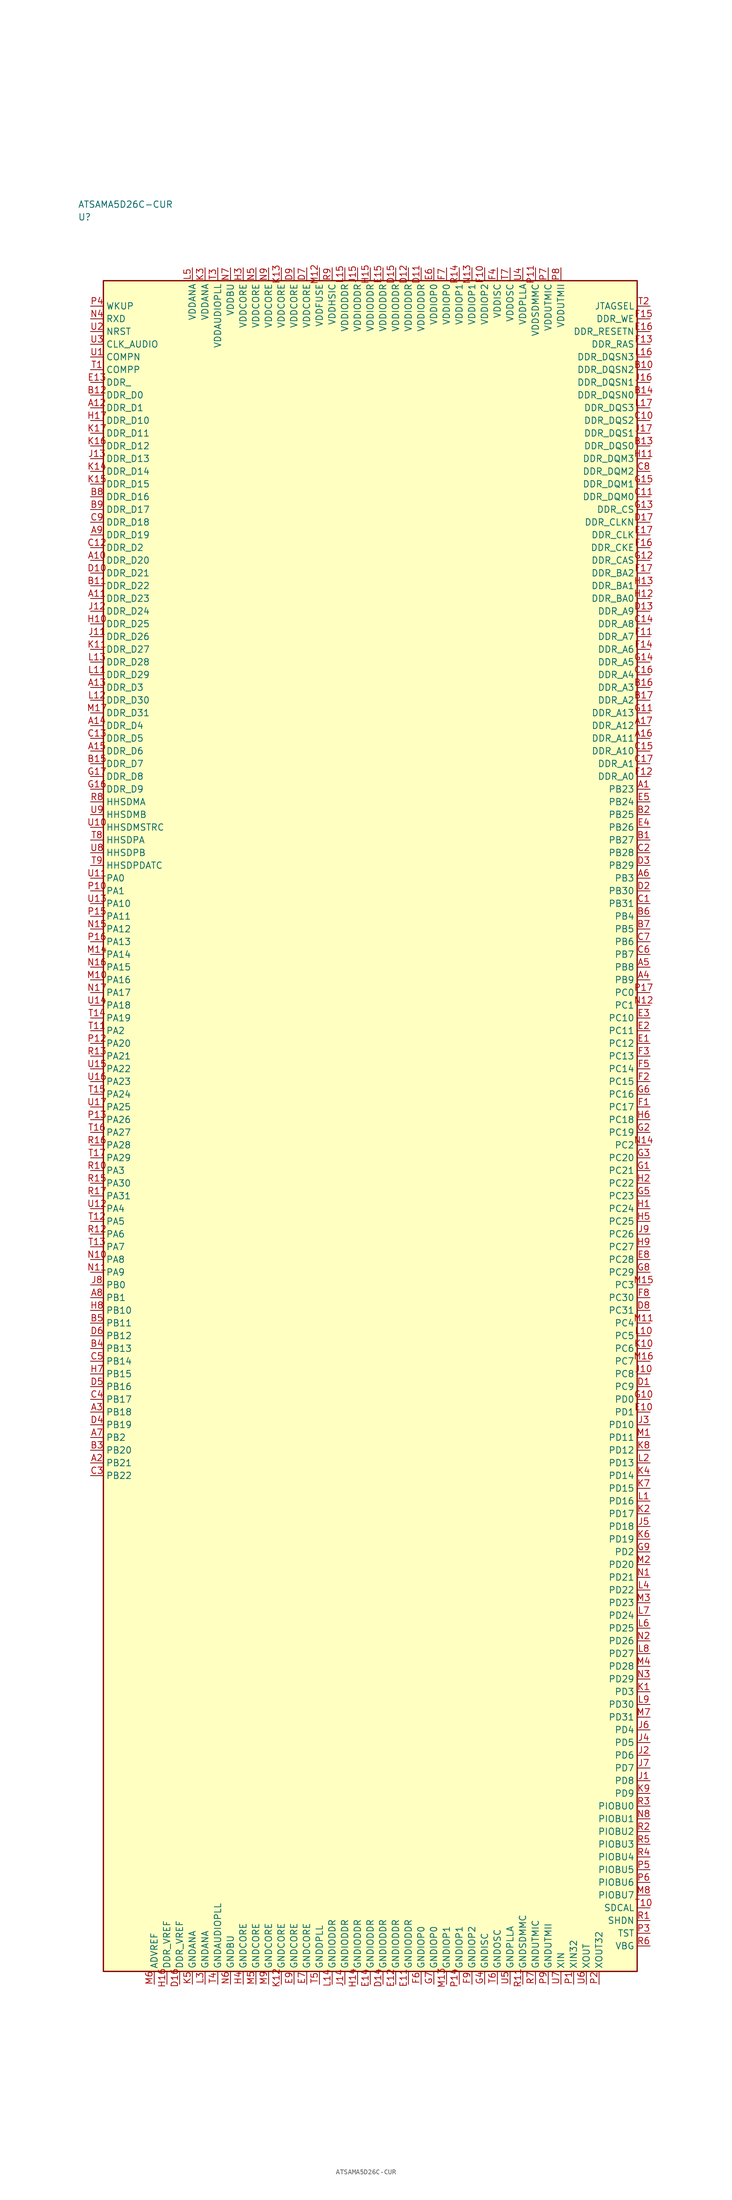
<source format=kicad_sym>
(kicad_symbol_lib
  (version 20241025)
  (generator "kicad_symbol_editor")
  (generator_version "8.0")
  (symbol "ATSAMA5D26C-CUR"
    (property "Reference" "U"
      (at -57.5 178.75 0)
      (effects (font (size 1.27 1.27)) (justify left)))
    (property "Value" "ATSAMA5D26C-CUR"
      (at -57.5 181.25 0)
      (effects (font (size 1.27 1.27)) (justify left)))
    (symbol "ATSAMA5D26C-CUR_0_1"
      (rectangle (start -52.5 166.25) (end 52.5 -166.25) (stroke (width 0.254) (type default)) (fill (type background))))
    (symbol "ATSAMA5D26C-CUR_1_1"
      (pin bidirectional line (at -55.04 48.75 0.0) (length 2.54) (name "PA0" (effects (font (size 1.27 1.27)))) (number "U11" (effects (font (size 1.27 1.27)))))
      (pin bidirectional line (at -55.04 46.25 0.0) (length 2.54) (name "PA1" (effects (font (size 1.27 1.27)))) (number "P10" (effects (font (size 1.27 1.27)))))
      (pin bidirectional line (at -55.04 18.75 0.0) (length 2.54) (name "PA2" (effects (font (size 1.27 1.27)))) (number "T11" (effects (font (size 1.27 1.27)))))
      (pin bidirectional line (at -55.04 -8.75 0.0) (length 2.54) (name "PA3" (effects (font (size 1.27 1.27)))) (number "R10" (effects (font (size 1.27 1.27)))))
      (pin bidirectional line (at -55.04 -16.25 0.0) (length 2.54) (name "PA4" (effects (font (size 1.27 1.27)))) (number "U12" (effects (font (size 1.27 1.27)))))
      (pin bidirectional line (at -55.04 -18.75 0.0) (length 2.54) (name "PA5" (effects (font (size 1.27 1.27)))) (number "T12" (effects (font (size 1.27 1.27)))))
      (pin bidirectional line (at -55.04 -21.25 0.0) (length 2.54) (name "PA6" (effects (font (size 1.27 1.27)))) (number "R12" (effects (font (size 1.27 1.27)))))
      (pin bidirectional line (at -55.04 -23.75 0.0) (length 2.54) (name "PA7" (effects (font (size 1.27 1.27)))) (number "T13" (effects (font (size 1.27 1.27)))))
      (pin bidirectional line (at -55.04 -26.25 0.0) (length 2.54) (name "PA8" (effects (font (size 1.27 1.27)))) (number "N10" (effects (font (size 1.27 1.27)))))
      (pin bidirectional line (at -55.04 -28.75 0.0) (length 2.54) (name "PA9" (effects (font (size 1.27 1.27)))) (number "N11" (effects (font (size 1.27 1.27)))))
      (pin bidirectional line (at -55.04 43.75 0.0) (length 2.54) (name "PA10" (effects (font (size 1.27 1.27)))) (number "U13" (effects (font (size 1.27 1.27)))))
      (pin bidirectional line (at -55.04 41.25 0.0) (length 2.54) (name "PA11" (effects (font (size 1.27 1.27)))) (number "P15" (effects (font (size 1.27 1.27)))))
      (pin bidirectional line (at -55.04 38.75 0.0) (length 2.54) (name "PA12" (effects (font (size 1.27 1.27)))) (number "N15" (effects (font (size 1.27 1.27)))))
      (pin bidirectional line (at -55.04 36.25 0.0) (length 2.54) (name "PA13" (effects (font (size 1.27 1.27)))) (number "P16" (effects (font (size 1.27 1.27)))))
      (pin bidirectional line (at -55.04 33.75 0.0) (length 2.54) (name "PA14" (effects (font (size 1.27 1.27)))) (number "M14" (effects (font (size 1.27 1.27)))))
      (pin bidirectional line (at -55.04 31.25 0.0) (length 2.54) (name "PA15" (effects (font (size 1.27 1.27)))) (number "N16" (effects (font (size 1.27 1.27)))))
      (pin bidirectional line (at -55.04 28.75 0.0) (length 2.54) (name "PA16" (effects (font (size 1.27 1.27)))) (number "M10" (effects (font (size 1.27 1.27)))))
      (pin bidirectional line (at -55.04 26.25 0.0) (length 2.54) (name "PA17" (effects (font (size 1.27 1.27)))) (number "N17" (effects (font (size 1.27 1.27)))))
      (pin bidirectional line (at -55.04 23.75 0.0) (length 2.54) (name "PA18" (effects (font (size 1.27 1.27)))) (number "U14" (effects (font (size 1.27 1.27)))))
      (pin bidirectional line (at -55.04 21.25 0.0) (length 2.54) (name "PA19" (effects (font (size 1.27 1.27)))) (number "T14" (effects (font (size 1.27 1.27)))))
      (pin bidirectional line (at -55.04 16.25 0.0) (length 2.54) (name "PA20" (effects (font (size 1.27 1.27)))) (number "P12" (effects (font (size 1.27 1.27)))))
      (pin bidirectional line (at -55.04 13.75 0.0) (length 2.54) (name "PA21" (effects (font (size 1.27 1.27)))) (number "R13" (effects (font (size 1.27 1.27)))))
      (pin bidirectional line (at -55.04 11.25 0.0) (length 2.54) (name "PA22" (effects (font (size 1.27 1.27)))) (number "U15" (effects (font (size 1.27 1.27)))))
      (pin bidirectional line (at -55.04 8.75 0.0) (length 2.54) (name "PA23" (effects (font (size 1.27 1.27)))) (number "U16" (effects (font (size 1.27 1.27)))))
      (pin bidirectional line (at -55.04 6.25 0.0) (length 2.54) (name "PA24" (effects (font (size 1.27 1.27)))) (number "T15" (effects (font (size 1.27 1.27)))))
      (pin bidirectional line (at -55.04 3.75 0.0) (length 2.54) (name "PA25" (effects (font (size 1.27 1.27)))) (number "U17" (effects (font (size 1.27 1.27)))))
      (pin bidirectional line (at -55.04 1.25 0.0) (length 2.54) (name "PA26" (effects (font (size 1.27 1.27)))) (number "P13" (effects (font (size 1.27 1.27)))))
      (pin bidirectional line (at -55.04 -1.25 0.0) (length 2.54) (name "PA27" (effects (font (size 1.27 1.27)))) (number "T16" (effects (font (size 1.27 1.27)))))
      (pin bidirectional line (at -55.04 -3.75 0.0) (length 2.54) (name "PA28" (effects (font (size 1.27 1.27)))) (number "R16" (effects (font (size 1.27 1.27)))))
      (pin bidirectional line (at -55.04 -6.25 0.0) (length 2.54) (name "PA29" (effects (font (size 1.27 1.27)))) (number "T17" (effects (font (size 1.27 1.27)))))
      (pin bidirectional line (at -55.04 -11.25 0.0) (length 2.54) (name "PA30" (effects (font (size 1.27 1.27)))) (number "R15" (effects (font (size 1.27 1.27)))))
      (pin bidirectional line (at -55.04 -13.75 0.0) (length 2.54) (name "PA31" (effects (font (size 1.27 1.27)))) (number "R17" (effects (font (size 1.27 1.27)))))
      (pin bidirectional line (at -55.04 -31.25 0.0) (length 2.54) (name "PB0" (effects (font (size 1.27 1.27)))) (number "J8" (effects (font (size 1.27 1.27)))))
      (pin bidirectional line (at -55.04 -33.75 0.0) (length 2.54) (name "PB1" (effects (font (size 1.27 1.27)))) (number "A8" (effects (font (size 1.27 1.27)))))
      (pin bidirectional line (at -55.04 -61.25 0.0) (length 2.54) (name "PB2" (effects (font (size 1.27 1.27)))) (number "A7" (effects (font (size 1.27 1.27)))))
      (pin bidirectional line (at 55.04 48.75 180.0) (length 2.54) (name "PB3" (effects (font (size 1.27 1.27)))) (number "A6" (effects (font (size 1.27 1.27)))))
      (pin bidirectional line (at 55.04 41.25 180.0) (length 2.54) (name "PB4" (effects (font (size 1.27 1.27)))) (number "B6" (effects (font (size 1.27 1.27)))))
      (pin bidirectional line (at 55.04 38.75 180.0) (length 2.54) (name "PB5" (effects (font (size 1.27 1.27)))) (number "B7" (effects (font (size 1.27 1.27)))))
      (pin bidirectional line (at 55.04 36.25 180.0) (length 2.54) (name "PB6" (effects (font (size 1.27 1.27)))) (number "C7" (effects (font (size 1.27 1.27)))))
      (pin bidirectional line (at 55.04 33.75 180.0) (length 2.54) (name "PB7" (effects (font (size 1.27 1.27)))) (number "C6" (effects (font (size 1.27 1.27)))))
      (pin bidirectional line (at 55.04 31.25 180.0) (length 2.54) (name "PB8" (effects (font (size 1.27 1.27)))) (number "A5" (effects (font (size 1.27 1.27)))))
      (pin bidirectional line (at 55.04 28.75 180.0) (length 2.54) (name "PB9" (effects (font (size 1.27 1.27)))) (number "A4" (effects (font (size 1.27 1.27)))))
      (pin bidirectional line (at -55.04 -36.25 0.0) (length 2.54) (name "PB10" (effects (font (size 1.27 1.27)))) (number "H8" (effects (font (size 1.27 1.27)))))
      (pin bidirectional line (at -55.04 -38.75 0.0) (length 2.54) (name "PB11" (effects (font (size 1.27 1.27)))) (number "B5" (effects (font (size 1.27 1.27)))))
      (pin bidirectional line (at -55.04 -41.25 0.0) (length 2.54) (name "PB12" (effects (font (size 1.27 1.27)))) (number "D6" (effects (font (size 1.27 1.27)))))
      (pin bidirectional line (at -55.04 -43.75 0.0) (length 2.54) (name "PB13" (effects (font (size 1.27 1.27)))) (number "B4" (effects (font (size 1.27 1.27)))))
      (pin bidirectional line (at -55.04 -46.25 0.0) (length 2.54) (name "PB14" (effects (font (size 1.27 1.27)))) (number "C5" (effects (font (size 1.27 1.27)))))
      (pin bidirectional line (at -55.04 -48.75 0.0) (length 2.54) (name "PB15" (effects (font (size 1.27 1.27)))) (number "H7" (effects (font (size 1.27 1.27)))))
      (pin bidirectional line (at -55.04 -51.25 0.0) (length 2.54) (name "PB16" (effects (font (size 1.27 1.27)))) (number "D5" (effects (font (size 1.27 1.27)))))
      (pin bidirectional line (at -55.04 -53.75 0.0) (length 2.54) (name "PB17" (effects (font (size 1.27 1.27)))) (number "C4" (effects (font (size 1.27 1.27)))))
      (pin bidirectional line (at -55.04 -56.25 0.0) (length 2.54) (name "PB18" (effects (font (size 1.27 1.27)))) (number "A3" (effects (font (size 1.27 1.27)))))
      (pin bidirectional line (at -55.04 -58.75 0.0) (length 2.54) (name "PB19" (effects (font (size 1.27 1.27)))) (number "D4" (effects (font (size 1.27 1.27)))))
      (pin bidirectional line (at -55.04 -63.75 0.0) (length 2.54) (name "PB20" (effects (font (size 1.27 1.27)))) (number "B3" (effects (font (size 1.27 1.27)))))
      (pin bidirectional line (at -55.04 -66.25 0.0) (length 2.54) (name "PB21" (effects (font (size 1.27 1.27)))) (number "A2" (effects (font (size 1.27 1.27)))))
      (pin bidirectional line (at -55.04 -68.75 0.0) (length 2.54) (name "PB22" (effects (font (size 1.27 1.27)))) (number "C3" (effects (font (size 1.27 1.27)))))
      (pin bidirectional line (at 55.04 66.25 180.0) (length 2.54) (name "PB23" (effects (font (size 1.27 1.27)))) (number "A1" (effects (font (size 1.27 1.27)))))
      (pin bidirectional line (at 55.04 63.75 180.0) (length 2.54) (name "PB24" (effects (font (size 1.27 1.27)))) (number "E5" (effects (font (size 1.27 1.27)))))
      (pin bidirectional line (at 55.04 61.25 180.0) (length 2.54) (name "PB25" (effects (font (size 1.27 1.27)))) (number "B2" (effects (font (size 1.27 1.27)))))
      (pin bidirectional line (at 55.04 58.75 180.0) (length 2.54) (name "PB26" (effects (font (size 1.27 1.27)))) (number "E4" (effects (font (size 1.27 1.27)))))
      (pin bidirectional line (at 55.04 56.25 180.0) (length 2.54) (name "PB27" (effects (font (size 1.27 1.27)))) (number "B1" (effects (font (size 1.27 1.27)))))
      (pin bidirectional line (at 55.04 53.75 180.0) (length 2.54) (name "PB28" (effects (font (size 1.27 1.27)))) (number "C2" (effects (font (size 1.27 1.27)))))
      (pin bidirectional line (at 55.04 51.25 180.0) (length 2.54) (name "PB29" (effects (font (size 1.27 1.27)))) (number "D3" (effects (font (size 1.27 1.27)))))
      (pin bidirectional line (at 55.04 46.25 180.0) (length 2.54) (name "PB30" (effects (font (size 1.27 1.27)))) (number "D2" (effects (font (size 1.27 1.27)))))
      (pin bidirectional line (at 55.04 43.75 180.0) (length 2.54) (name "PB31" (effects (font (size 1.27 1.27)))) (number "C1" (effects (font (size 1.27 1.27)))))
      (pin bidirectional line (at 55.04 26.25 180.0) (length 2.54) (name "PC0" (effects (font (size 1.27 1.27)))) (number "P17" (effects (font (size 1.27 1.27)))))
      (pin bidirectional line (at 55.04 23.75 180.0) (length 2.54) (name "PC1" (effects (font (size 1.27 1.27)))) (number "N12" (effects (font (size 1.27 1.27)))))
      (pin bidirectional line (at 55.04 -3.75 180.0) (length 2.54) (name "PC2" (effects (font (size 1.27 1.27)))) (number "N14" (effects (font (size 1.27 1.27)))))
      (pin bidirectional line (at 55.04 -31.25 180.0) (length 2.54) (name "PC3" (effects (font (size 1.27 1.27)))) (number "M15" (effects (font (size 1.27 1.27)))))
      (pin bidirectional line (at 55.04 -38.75 180.0) (length 2.54) (name "PC4" (effects (font (size 1.27 1.27)))) (number "M11" (effects (font (size 1.27 1.27)))))
      (pin bidirectional line (at 55.04 -41.25 180.0) (length 2.54) (name "PC5" (effects (font (size 1.27 1.27)))) (number "L10" (effects (font (size 1.27 1.27)))))
      (pin bidirectional line (at 55.04 -43.75 180.0) (length 2.54) (name "PC6" (effects (font (size 1.27 1.27)))) (number "K10" (effects (font (size 1.27 1.27)))))
      (pin bidirectional line (at 55.04 -46.25 180.0) (length 2.54) (name "PC7" (effects (font (size 1.27 1.27)))) (number "M16" (effects (font (size 1.27 1.27)))))
      (pin bidirectional line (at 55.04 -48.75 180.0) (length 2.54) (name "PC8" (effects (font (size 1.27 1.27)))) (number "J10" (effects (font (size 1.27 1.27)))))
      (pin bidirectional line (at 55.04 -51.25 180.0) (length 2.54) (name "PC9" (effects (font (size 1.27 1.27)))) (number "D1" (effects (font (size 1.27 1.27)))))
      (pin bidirectional line (at 55.04 21.25 180.0) (length 2.54) (name "PC10" (effects (font (size 1.27 1.27)))) (number "E3" (effects (font (size 1.27 1.27)))))
      (pin bidirectional line (at 55.04 18.75 180.0) (length 2.54) (name "PC11" (effects (font (size 1.27 1.27)))) (number "E2" (effects (font (size 1.27 1.27)))))
      (pin bidirectional line (at 55.04 16.25 180.0) (length 2.54) (name "PC12" (effects (font (size 1.27 1.27)))) (number "E1" (effects (font (size 1.27 1.27)))))
      (pin bidirectional line (at 55.04 13.75 180.0) (length 2.54) (name "PC13" (effects (font (size 1.27 1.27)))) (number "F3" (effects (font (size 1.27 1.27)))))
      (pin bidirectional line (at 55.04 11.25 180.0) (length 2.54) (name "PC14" (effects (font (size 1.27 1.27)))) (number "F5" (effects (font (size 1.27 1.27)))))
      (pin bidirectional line (at 55.04 8.75 180.0) (length 2.54) (name "PC15" (effects (font (size 1.27 1.27)))) (number "F2" (effects (font (size 1.27 1.27)))))
      (pin bidirectional line (at 55.04 6.25 180.0) (length 2.54) (name "PC16" (effects (font (size 1.27 1.27)))) (number "G6" (effects (font (size 1.27 1.27)))))
      (pin bidirectional line (at 55.04 3.75 180.0) (length 2.54) (name "PC17" (effects (font (size 1.27 1.27)))) (number "F1" (effects (font (size 1.27 1.27)))))
      (pin bidirectional line (at 55.04 1.25 180.0) (length 2.54) (name "PC18" (effects (font (size 1.27 1.27)))) (number "H6" (effects (font (size 1.27 1.27)))))
      (pin bidirectional line (at 55.04 -1.25 180.0) (length 2.54) (name "PC19" (effects (font (size 1.27 1.27)))) (number "G2" (effects (font (size 1.27 1.27)))))
      (pin bidirectional line (at 55.04 -6.25 180.0) (length 2.54) (name "PC20" (effects (font (size 1.27 1.27)))) (number "G3" (effects (font (size 1.27 1.27)))))
      (pin bidirectional line (at 55.04 -8.75 180.0) (length 2.54) (name "PC21" (effects (font (size 1.27 1.27)))) (number "G1" (effects (font (size 1.27 1.27)))))
      (pin bidirectional line (at 55.04 -11.25 180.0) (length 2.54) (name "PC22" (effects (font (size 1.27 1.27)))) (number "H2" (effects (font (size 1.27 1.27)))))
      (pin bidirectional line (at 55.04 -13.75 180.0) (length 2.54) (name "PC23" (effects (font (size 1.27 1.27)))) (number "G5" (effects (font (size 1.27 1.27)))))
      (pin bidirectional line (at 55.04 -16.25 180.0) (length 2.54) (name "PC24" (effects (font (size 1.27 1.27)))) (number "H1" (effects (font (size 1.27 1.27)))))
      (pin bidirectional line (at 55.04 -18.75 180.0) (length 2.54) (name "PC25" (effects (font (size 1.27 1.27)))) (number "H5" (effects (font (size 1.27 1.27)))))
      (pin bidirectional line (at 55.04 -21.25 180.0) (length 2.54) (name "PC26" (effects (font (size 1.27 1.27)))) (number "J9" (effects (font (size 1.27 1.27)))))
      (pin bidirectional line (at 55.04 -23.75 180.0) (length 2.54) (name "PC27" (effects (font (size 1.27 1.27)))) (number "H9" (effects (font (size 1.27 1.27)))))
      (pin bidirectional line (at 55.04 -26.25 180.0) (length 2.54) (name "PC28" (effects (font (size 1.27 1.27)))) (number "E8" (effects (font (size 1.27 1.27)))))
      (pin bidirectional line (at 55.04 -28.75 180.0) (length 2.54) (name "PC29" (effects (font (size 1.27 1.27)))) (number "G8" (effects (font (size 1.27 1.27)))))
      (pin bidirectional line (at 55.04 -33.75 180.0) (length 2.54) (name "PC30" (effects (font (size 1.27 1.27)))) (number "F8" (effects (font (size 1.27 1.27)))))
      (pin bidirectional line (at 55.04 -36.25 180.0) (length 2.54) (name "PC31" (effects (font (size 1.27 1.27)))) (number "D8" (effects (font (size 1.27 1.27)))))
      (pin bidirectional line (at 55.04 -53.75 180.0) (length 2.54) (name "PD0" (effects (font (size 1.27 1.27)))) (number "G10" (effects (font (size 1.27 1.27)))))
      (pin bidirectional line (at 55.04 -56.25 180.0) (length 2.54) (name "PD1" (effects (font (size 1.27 1.27)))) (number "E10" (effects (font (size 1.27 1.27)))))
      (pin bidirectional line (at 55.04 -83.75 180.0) (length 2.54) (name "PD2" (effects (font (size 1.27 1.27)))) (number "G9" (effects (font (size 1.27 1.27)))))
      (pin bidirectional line (at 55.04 -111.25 180.0) (length 2.54) (name "PD3" (effects (font (size 1.27 1.27)))) (number "K1" (effects (font (size 1.27 1.27)))))
      (pin bidirectional line (at 55.04 -118.75 180.0) (length 2.54) (name "PD4" (effects (font (size 1.27 1.27)))) (number "J6" (effects (font (size 1.27 1.27)))))
      (pin bidirectional line (at 55.04 -121.25 180.0) (length 2.54) (name "PD5" (effects (font (size 1.27 1.27)))) (number "J4" (effects (font (size 1.27 1.27)))))
      (pin bidirectional line (at 55.04 -123.75 180.0) (length 2.54) (name "PD6" (effects (font (size 1.27 1.27)))) (number "J2" (effects (font (size 1.27 1.27)))))
      (pin bidirectional line (at 55.04 -126.25 180.0) (length 2.54) (name "PD7" (effects (font (size 1.27 1.27)))) (number "J7" (effects (font (size 1.27 1.27)))))
      (pin bidirectional line (at 55.04 -128.75 180.0) (length 2.54) (name "PD8" (effects (font (size 1.27 1.27)))) (number "J1" (effects (font (size 1.27 1.27)))))
      (pin bidirectional line (at 55.04 -131.25 180.0) (length 2.54) (name "PD9" (effects (font (size 1.27 1.27)))) (number "K9" (effects (font (size 1.27 1.27)))))
      (pin bidirectional line (at 55.04 -58.75 180.0) (length 2.54) (name "PD10" (effects (font (size 1.27 1.27)))) (number "J3" (effects (font (size 1.27 1.27)))))
      (pin bidirectional line (at 55.04 -61.25 180.0) (length 2.54) (name "PD11" (effects (font (size 1.27 1.27)))) (number "M1" (effects (font (size 1.27 1.27)))))
      (pin bidirectional line (at 55.04 -63.75 180.0) (length 2.54) (name "PD12" (effects (font (size 1.27 1.27)))) (number "K8" (effects (font (size 1.27 1.27)))))
      (pin bidirectional line (at 55.04 -66.25 180.0) (length 2.54) (name "PD13" (effects (font (size 1.27 1.27)))) (number "L2" (effects (font (size 1.27 1.27)))))
      (pin bidirectional line (at 55.04 -68.75 180.0) (length 2.54) (name "PD14" (effects (font (size 1.27 1.27)))) (number "K4" (effects (font (size 1.27 1.27)))))
      (pin bidirectional line (at 55.04 -71.25 180.0) (length 2.54) (name "PD15" (effects (font (size 1.27 1.27)))) (number "K7" (effects (font (size 1.27 1.27)))))
      (pin bidirectional line (at 55.04 -73.75 180.0) (length 2.54) (name "PD16" (effects (font (size 1.27 1.27)))) (number "L1" (effects (font (size 1.27 1.27)))))
      (pin bidirectional line (at 55.04 -76.25 180.0) (length 2.54) (name "PD17" (effects (font (size 1.27 1.27)))) (number "K2" (effects (font (size 1.27 1.27)))))
      (pin bidirectional line (at 55.04 -78.75 180.0) (length 2.54) (name "PD18" (effects (font (size 1.27 1.27)))) (number "J5" (effects (font (size 1.27 1.27)))))
      (pin bidirectional line (at 55.04 -81.25 180.0) (length 2.54) (name "PD19" (effects (font (size 1.27 1.27)))) (number "K6" (effects (font (size 1.27 1.27)))))
      (pin bidirectional line (at 55.04 -86.25 180.0) (length 2.54) (name "PD20" (effects (font (size 1.27 1.27)))) (number "M2" (effects (font (size 1.27 1.27)))))
      (pin bidirectional line (at 55.04 -88.75 180.0) (length 2.54) (name "PD21" (effects (font (size 1.27 1.27)))) (number "N1" (effects (font (size 1.27 1.27)))))
      (pin bidirectional line (at 55.04 -91.25 180.0) (length 2.54) (name "PD22" (effects (font (size 1.27 1.27)))) (number "L4" (effects (font (size 1.27 1.27)))))
      (pin bidirectional line (at 55.04 -93.75 180.0) (length 2.54) (name "PD23" (effects (font (size 1.27 1.27)))) (number "M3" (effects (font (size 1.27 1.27)))))
      (pin bidirectional line (at 55.04 -96.25 180.0) (length 2.54) (name "PD24" (effects (font (size 1.27 1.27)))) (number "L7" (effects (font (size 1.27 1.27)))))
      (pin bidirectional line (at 55.04 -98.75 180.0) (length 2.54) (name "PD25" (effects (font (size 1.27 1.27)))) (number "L6" (effects (font (size 1.27 1.27)))))
      (pin bidirectional line (at 55.04 -101.25 180.0) (length 2.54) (name "PD26" (effects (font (size 1.27 1.27)))) (number "N2" (effects (font (size 1.27 1.27)))))
      (pin bidirectional line (at 55.04 -103.75 180.0) (length 2.54) (name "PD27" (effects (font (size 1.27 1.27)))) (number "L8" (effects (font (size 1.27 1.27)))))
      (pin bidirectional line (at 55.04 -106.25 180.0) (length 2.54) (name "PD28" (effects (font (size 1.27 1.27)))) (number "M4" (effects (font (size 1.27 1.27)))))
      (pin bidirectional line (at 55.04 -108.75 180.0) (length 2.54) (name "PD29" (effects (font (size 1.27 1.27)))) (number "N3" (effects (font (size 1.27 1.27)))))
      (pin bidirectional line (at 55.04 -113.75 180.0) (length 2.54) (name "PD30" (effects (font (size 1.27 1.27)))) (number "L9" (effects (font (size 1.27 1.27)))))
      (pin bidirectional line (at 55.04 -116.25 180.0) (length 2.54) (name "PD31" (effects (font (size 1.27 1.27)))) (number "M7" (effects (font (size 1.27 1.27)))))
      (pin power_in line (at -35.0 168.79 270.0) (length 2.54) (name "VDDANA" (effects (font (size 1.27 1.27)))) (number "L5" (effects (font (size 1.27 1.27)))))
      (pin passive line (at -35.0 -168.79 90.0) (length 2.54) (name "GNDANA" (effects (font (size 1.27 1.27)))) (number "K5" (effects (font (size 1.27 1.27)))))
      (pin passive line (at -42.5 -168.79 90.0) (length 2.54) (name "ADVREF" (effects (font (size 1.27 1.27)))) (number "M6" (effects (font (size 1.27 1.27)))))
      (pin power_in line (at -32.5 168.79 270.0) (length 2.54) (name "VDDANA" (effects (font (size 1.27 1.27)))) (number "K3" (effects (font (size 1.27 1.27)))))
      (pin passive line (at -32.5 -168.79 90.0) (length 2.54) (name "GNDANA" (effects (font (size 1.27 1.27)))) (number "L3" (effects (font (size 1.27 1.27)))))
      (pin passive line (at -40.0 -168.79 90.0) (length 2.54) (name "DDR_VREF" (effects (font (size 1.27 1.27)))) (number "H16" (effects (font (size 1.27 1.27)))))
      (pin passive line (at -37.5 -168.79 90.0) (length 2.54) (name "DDR_VREF" (effects (font (size 1.27 1.27)))) (number "D16" (effects (font (size 1.27 1.27)))))
      (pin bidirectional line (at -55.04 143.75 0.0) (length 2.54) (name "DDR_D0" (effects (font (size 1.27 1.27)))) (number "B12" (effects (font (size 1.27 1.27)))))
      (pin bidirectional line (at -55.04 141.25 0.0) (length 2.54) (name "DDR_D1" (effects (font (size 1.27 1.27)))) (number "A12" (effects (font (size 1.27 1.27)))))
      (pin bidirectional line (at -55.04 113.75 0.0) (length 2.54) (name "DDR_D2" (effects (font (size 1.27 1.27)))) (number "C12" (effects (font (size 1.27 1.27)))))
      (pin bidirectional line (at -55.04 86.25 0.0) (length 2.54) (name "DDR_D3" (effects (font (size 1.27 1.27)))) (number "A13" (effects (font (size 1.27 1.27)))))
      (pin bidirectional line (at -55.04 78.75 0.0) (length 2.54) (name "DDR_D4" (effects (font (size 1.27 1.27)))) (number "A14" (effects (font (size 1.27 1.27)))))
      (pin bidirectional line (at -55.04 76.25 0.0) (length 2.54) (name "DDR_D5" (effects (font (size 1.27 1.27)))) (number "C13" (effects (font (size 1.27 1.27)))))
      (pin bidirectional line (at -55.04 73.75 0.0) (length 2.54) (name "DDR_D6" (effects (font (size 1.27 1.27)))) (number "A15" (effects (font (size 1.27 1.27)))))
      (pin bidirectional line (at -55.04 71.25 0.0) (length 2.54) (name "DDR_D7" (effects (font (size 1.27 1.27)))) (number "B15" (effects (font (size 1.27 1.27)))))
      (pin bidirectional line (at -55.04 68.75 0.0) (length 2.54) (name "DDR_D8" (effects (font (size 1.27 1.27)))) (number "G17" (effects (font (size 1.27 1.27)))))
      (pin bidirectional line (at -55.04 66.25 0.0) (length 2.54) (name "DDR_D9" (effects (font (size 1.27 1.27)))) (number "G16" (effects (font (size 1.27 1.27)))))
      (pin bidirectional line (at -55.04 138.75 0.0) (length 2.54) (name "DDR_D10" (effects (font (size 1.27 1.27)))) (number "H17" (effects (font (size 1.27 1.27)))))
      (pin bidirectional line (at -55.04 136.25 0.0) (length 2.54) (name "DDR_D11" (effects (font (size 1.27 1.27)))) (number "K17" (effects (font (size 1.27 1.27)))))
      (pin bidirectional line (at -55.04 133.75 0.0) (length 2.54) (name "DDR_D12" (effects (font (size 1.27 1.27)))) (number "K16" (effects (font (size 1.27 1.27)))))
      (pin bidirectional line (at -55.04 131.25 0.0) (length 2.54) (name "DDR_D13" (effects (font (size 1.27 1.27)))) (number "J13" (effects (font (size 1.27 1.27)))))
      (pin bidirectional line (at -55.04 128.75 0.0) (length 2.54) (name "DDR_D14" (effects (font (size 1.27 1.27)))) (number "K14" (effects (font (size 1.27 1.27)))))
      (pin bidirectional line (at -55.04 126.25 0.0) (length 2.54) (name "DDR_D15" (effects (font (size 1.27 1.27)))) (number "K15" (effects (font (size 1.27 1.27)))))
      (pin bidirectional line (at -55.04 123.75 0.0) (length 2.54) (name "DDR_D16" (effects (font (size 1.27 1.27)))) (number "B8" (effects (font (size 1.27 1.27)))))
      (pin bidirectional line (at -55.04 121.25 0.0) (length 2.54) (name "DDR_D17" (effects (font (size 1.27 1.27)))) (number "B9" (effects (font (size 1.27 1.27)))))
      (pin bidirectional line (at -55.04 118.75 0.0) (length 2.54) (name "DDR_D18" (effects (font (size 1.27 1.27)))) (number "C9" (effects (font (size 1.27 1.27)))))
      (pin bidirectional line (at -55.04 116.25 0.0) (length 2.54) (name "DDR_D19" (effects (font (size 1.27 1.27)))) (number "A9" (effects (font (size 1.27 1.27)))))
      (pin bidirectional line (at -55.04 111.25 0.0) (length 2.54) (name "DDR_D20" (effects (font (size 1.27 1.27)))) (number "A10" (effects (font (size 1.27 1.27)))))
      (pin bidirectional line (at -55.04 108.75 0.0) (length 2.54) (name "DDR_D21" (effects (font (size 1.27 1.27)))) (number "D10" (effects (font (size 1.27 1.27)))))
      (pin bidirectional line (at -55.04 106.25 0.0) (length 2.54) (name "DDR_D22" (effects (font (size 1.27 1.27)))) (number "B11" (effects (font (size 1.27 1.27)))))
      (pin bidirectional line (at -55.04 103.75 0.0) (length 2.54) (name "DDR_D23" (effects (font (size 1.27 1.27)))) (number "A11" (effects (font (size 1.27 1.27)))))
      (pin bidirectional line (at -55.04 101.25 0.0) (length 2.54) (name "DDR_D24" (effects (font (size 1.27 1.27)))) (number "J12" (effects (font (size 1.27 1.27)))))
      (pin bidirectional line (at -55.04 98.75 0.0) (length 2.54) (name "DDR_D25" (effects (font (size 1.27 1.27)))) (number "H10" (effects (font (size 1.27 1.27)))))
      (pin bidirectional line (at -55.04 96.25 0.0) (length 2.54) (name "DDR_D26" (effects (font (size 1.27 1.27)))) (number "J11" (effects (font (size 1.27 1.27)))))
      (pin bidirectional line (at -55.04 93.75 0.0) (length 2.54) (name "DDR_D27" (effects (font (size 1.27 1.27)))) (number "K11" (effects (font (size 1.27 1.27)))))
      (pin bidirectional line (at -55.04 91.25 0.0) (length 2.54) (name "DDR_D28" (effects (font (size 1.27 1.27)))) (number "L13" (effects (font (size 1.27 1.27)))))
      (pin bidirectional line (at -55.04 88.75 0.0) (length 2.54) (name "DDR_D29" (effects (font (size 1.27 1.27)))) (number "L11" (effects (font (size 1.27 1.27)))))
      (pin bidirectional line (at -55.04 83.75 0.0) (length 2.54) (name "DDR_D30" (effects (font (size 1.27 1.27)))) (number "L12" (effects (font (size 1.27 1.27)))))
      (pin bidirectional line (at -55.04 81.25 0.0) (length 2.54) (name "DDR_D31" (effects (font (size 1.27 1.27)))) (number "M17" (effects (font (size 1.27 1.27)))))
      (pin output line (at 55.04 68.75 180.0) (length 2.54) (name "DDR_A0" (effects (font (size 1.27 1.27)))) (number "F12" (effects (font (size 1.27 1.27)))))
      (pin output line (at 55.04 71.25 180.0) (length 2.54) (name "DDR_A1" (effects (font (size 1.27 1.27)))) (number "C17" (effects (font (size 1.27 1.27)))))
      (pin output line (at 55.04 83.75 180.0) (length 2.54) (name "DDR_A2" (effects (font (size 1.27 1.27)))) (number "B17" (effects (font (size 1.27 1.27)))))
      (pin output line (at 55.04 86.25 180.0) (length 2.54) (name "DDR_A3" (effects (font (size 1.27 1.27)))) (number "B16" (effects (font (size 1.27 1.27)))))
      (pin output line (at 55.04 88.75 180.0) (length 2.54) (name "DDR_A4" (effects (font (size 1.27 1.27)))) (number "C16" (effects (font (size 1.27 1.27)))))
      (pin output line (at 55.04 91.25 180.0) (length 2.54) (name "DDR_A5" (effects (font (size 1.27 1.27)))) (number "G14" (effects (font (size 1.27 1.27)))))
      (pin output line (at 55.04 93.75 180.0) (length 2.54) (name "DDR_A6" (effects (font (size 1.27 1.27)))) (number "F14" (effects (font (size 1.27 1.27)))))
      (pin output line (at 55.04 96.25 180.0) (length 2.54) (name "DDR_A7" (effects (font (size 1.27 1.27)))) (number "F11" (effects (font (size 1.27 1.27)))))
      (pin output line (at 55.04 98.75 180.0) (length 2.54) (name "DDR_A8" (effects (font (size 1.27 1.27)))) (number "C14" (effects (font (size 1.27 1.27)))))
      (pin output line (at 55.04 101.25 180.0) (length 2.54) (name "DDR_A9" (effects (font (size 1.27 1.27)))) (number "D13" (effects (font (size 1.27 1.27)))))
      (pin output line (at 55.04 73.75 180.0) (length 2.54) (name "DDR_A10" (effects (font (size 1.27 1.27)))) (number "C15" (effects (font (size 1.27 1.27)))))
      (pin output line (at 55.04 76.25 180.0) (length 2.54) (name "DDR_A11" (effects (font (size 1.27 1.27)))) (number "A16" (effects (font (size 1.27 1.27)))))
      (pin output line (at 55.04 78.75 180.0) (length 2.54) (name "DDR_A12" (effects (font (size 1.27 1.27)))) (number "A17" (effects (font (size 1.27 1.27)))))
      (pin output line (at 55.04 81.25 180.0) (length 2.54) (name "DDR_A13" (effects (font (size 1.27 1.27)))) (number "G11" (effects (font (size 1.27 1.27)))))
      (pin output line (at 55.04 116.25 180.0) (length 2.54) (name "DDR_CLK" (effects (font (size 1.27 1.27)))) (number "E17" (effects (font (size 1.27 1.27)))))
      (pin output line (at 55.04 118.75 180.0) (length 2.54) (name "DDR_CLKN" (effects (font (size 1.27 1.27)))) (number "D17" (effects (font (size 1.27 1.27)))))
      (pin output line (at 55.04 113.75 180.0) (length 2.54) (name "DDR_CKE" (effects (font (size 1.27 1.27)))) (number "F16" (effects (font (size 1.27 1.27)))))
      (pin output line (at 55.04 156.25 180.0) (length 2.54) (name "DDR_RESETN" (effects (font (size 1.27 1.27)))) (number "E16" (effects (font (size 1.27 1.27)))))
      (pin output line (at 55.04 121.25 180.0) (length 2.54) (name "DDR_CS" (effects (font (size 1.27 1.27)))) (number "G13" (effects (font (size 1.27 1.27)))))
      (pin output line (at 55.04 158.75 180.0) (length 2.54) (name "DDR_WE" (effects (font (size 1.27 1.27)))) (number "F15" (effects (font (size 1.27 1.27)))))
      (pin output line (at 55.04 153.75 180.0) (length 2.54) (name "DDR_RAS" (effects (font (size 1.27 1.27)))) (number "F13" (effects (font (size 1.27 1.27)))))
      (pin output line (at 55.04 111.25 180.0) (length 2.54) (name "DDR_CAS" (effects (font (size 1.27 1.27)))) (number "G12" (effects (font (size 1.27 1.27)))))
      (pin output line (at 55.04 123.75 180.0) (length 2.54) (name "DDR_DQM0" (effects (font (size 1.27 1.27)))) (number "C11" (effects (font (size 1.27 1.27)))))
      (pin output line (at 55.04 126.25 180.0) (length 2.54) (name "DDR_DQM1" (effects (font (size 1.27 1.27)))) (number "G15" (effects (font (size 1.27 1.27)))))
      (pin output line (at 55.04 128.75 180.0) (length 2.54) (name "DDR_DQM2" (effects (font (size 1.27 1.27)))) (number "C8" (effects (font (size 1.27 1.27)))))
      (pin output line (at 55.04 131.25 180.0) (length 2.54) (name "DDR_DQM3" (effects (font (size 1.27 1.27)))) (number "H11" (effects (font (size 1.27 1.27)))))
      (pin output line (at 55.04 133.75 180.0) (length 2.54) (name "DDR_DQS0" (effects (font (size 1.27 1.27)))) (number "B13" (effects (font (size 1.27 1.27)))))
      (pin output line (at 55.04 136.25 180.0) (length 2.54) (name "DDR_DQS1" (effects (font (size 1.27 1.27)))) (number "J17" (effects (font (size 1.27 1.27)))))
      (pin output line (at 55.04 138.75 180.0) (length 2.54) (name "DDR_DQS2" (effects (font (size 1.27 1.27)))) (number "C10" (effects (font (size 1.27 1.27)))))
      (pin output line (at 55.04 141.25 180.0) (length 2.54) (name "DDR_DQS3" (effects (font (size 1.27 1.27)))) (number "L17" (effects (font (size 1.27 1.27)))))
      (pin output line (at 55.04 143.75 180.0) (length 2.54) (name "DDR_DQSN0" (effects (font (size 1.27 1.27)))) (number "B14" (effects (font (size 1.27 1.27)))))
      (pin output line (at 55.04 146.25 180.0) (length 2.54) (name "DDR_DQSN1" (effects (font (size 1.27 1.27)))) (number "J16" (effects (font (size 1.27 1.27)))))
      (pin output line (at 55.04 148.75 180.0) (length 2.54) (name "DDR_DQSN2" (effects (font (size 1.27 1.27)))) (number "B10" (effects (font (size 1.27 1.27)))))
      (pin output line (at 55.04 151.25 180.0) (length 2.54) (name "DDR_DQSN3" (effects (font (size 1.27 1.27)))) (number "L16" (effects (font (size 1.27 1.27)))))
      (pin output line (at 55.04 103.75 180.0) (length 2.54) (name "DDR_BA0" (effects (font (size 1.27 1.27)))) (number "H12" (effects (font (size 1.27 1.27)))))
      (pin output line (at 55.04 106.25 180.0) (length 2.54) (name "DDR_BA1" (effects (font (size 1.27 1.27)))) (number "H13" (effects (font (size 1.27 1.27)))))
      (pin output line (at 55.04 108.75 180.0) (length 2.54) (name "DDR_BA2" (effects (font (size 1.27 1.27)))) (number "F17" (effects (font (size 1.27 1.27)))))
      (pin bidirectional line (at -55.04 146.25 0.0) (length 2.54) (name "DDR_" (effects (font (size 1.27 1.27)))) (number "E13" (effects (font (size 1.27 1.27)))))
      (pin power_in line (at -5.0 168.79 270.0) (length 2.54) (name "VDDIODDR" (effects (font (size 1.27 1.27)))) (number "L15" (effects (font (size 1.27 1.27)))))
      (pin power_in line (at -2.5 168.79 270.0) (length 2.54) (name "VDDIODDR" (effects (font (size 1.27 1.27)))) (number "J15" (effects (font (size 1.27 1.27)))))
      (pin power_in line (at 0.0 168.79 270.0) (length 2.54) (name "VDDIODDR" (effects (font (size 1.27 1.27)))) (number "H15" (effects (font (size 1.27 1.27)))))
      (pin power_in line (at 2.5 168.79 270.0) (length 2.54) (name "VDDIODDR" (effects (font (size 1.27 1.27)))) (number "E15" (effects (font (size 1.27 1.27)))))
      (pin power_in line (at 5.0 168.79 270.0) (length 2.54) (name "VDDIODDR" (effects (font (size 1.27 1.27)))) (number "D15" (effects (font (size 1.27 1.27)))))
      (pin power_in line (at 7.5 168.79 270.0) (length 2.54) (name "VDDIODDR" (effects (font (size 1.27 1.27)))) (number "D12" (effects (font (size 1.27 1.27)))))
      (pin power_in line (at 10.0 168.79 270.0) (length 2.54) (name "VDDIODDR" (effects (font (size 1.27 1.27)))) (number "D11" (effects (font (size 1.27 1.27)))))
      (pin passive line (at -7.5 -168.79 90.0) (length 2.54) (name "GNDIODDR" (effects (font (size 1.27 1.27)))) (number "L14" (effects (font (size 1.27 1.27)))))
      (pin passive line (at -5.0 -168.79 90.0) (length 2.54) (name "GNDIODDR" (effects (font (size 1.27 1.27)))) (number "J14" (effects (font (size 1.27 1.27)))))
      (pin passive line (at -2.5 -168.79 90.0) (length 2.54) (name "GNDIODDR" (effects (font (size 1.27 1.27)))) (number "H14" (effects (font (size 1.27 1.27)))))
      (pin passive line (at 0.0 -168.79 90.0) (length 2.54) (name "GNDIODDR" (effects (font (size 1.27 1.27)))) (number "E14" (effects (font (size 1.27 1.27)))))
      (pin passive line (at 2.5 -168.79 90.0) (length 2.54) (name "GNDIODDR" (effects (font (size 1.27 1.27)))) (number "D14" (effects (font (size 1.27 1.27)))))
      (pin passive line (at 5.0 -168.79 90.0) (length 2.54) (name "GNDIODDR" (effects (font (size 1.27 1.27)))) (number "E12" (effects (font (size 1.27 1.27)))))
      (pin passive line (at 7.5 -168.79 90.0) (length 2.54) (name "GNDIODDR" (effects (font (size 1.27 1.27)))) (number "E11" (effects (font (size 1.27 1.27)))))
      (pin power_in line (at -25.0 168.79 270.0) (length 2.54) (name "VDDCORE" (effects (font (size 1.27 1.27)))) (number "H3" (effects (font (size 1.27 1.27)))))
      (pin power_in line (at -22.5 168.79 270.0) (length 2.54) (name "VDDCORE" (effects (font (size 1.27 1.27)))) (number "N5" (effects (font (size 1.27 1.27)))))
      (pin power_in line (at -20.0 168.79 270.0) (length 2.54) (name "VDDCORE" (effects (font (size 1.27 1.27)))) (number "N9" (effects (font (size 1.27 1.27)))))
      (pin power_in line (at -17.5 168.79 270.0) (length 2.54) (name "VDDCORE" (effects (font (size 1.27 1.27)))) (number "K13" (effects (font (size 1.27 1.27)))))
      (pin power_in line (at -15.0 168.79 270.0) (length 2.54) (name "VDDCORE" (effects (font (size 1.27 1.27)))) (number "D9" (effects (font (size 1.27 1.27)))))
      (pin power_in line (at -12.5 168.79 270.0) (length 2.54) (name "VDDCORE" (effects (font (size 1.27 1.27)))) (number "D7" (effects (font (size 1.27 1.27)))))
      (pin passive line (at -25.0 -168.79 90.0) (length 2.54) (name "GNDCORE" (effects (font (size 1.27 1.27)))) (number "H4" (effects (font (size 1.27 1.27)))))
      (pin passive line (at -22.5 -168.79 90.0) (length 2.54) (name "GNDCORE" (effects (font (size 1.27 1.27)))) (number "M5" (effects (font (size 1.27 1.27)))))
      (pin passive line (at -20.0 -168.79 90.0) (length 2.54) (name "GNDCORE" (effects (font (size 1.27 1.27)))) (number "M9" (effects (font (size 1.27 1.27)))))
      (pin passive line (at -17.5 -168.79 90.0) (length 2.54) (name "GNDCORE" (effects (font (size 1.27 1.27)))) (number "K12" (effects (font (size 1.27 1.27)))))
      (pin passive line (at -15.0 -168.79 90.0) (length 2.54) (name "GNDCORE" (effects (font (size 1.27 1.27)))) (number "E9" (effects (font (size 1.27 1.27)))))
      (pin passive line (at -12.5 -168.79 90.0) (length 2.54) (name "GNDCORE" (effects (font (size 1.27 1.27)))) (number "E7" (effects (font (size 1.27 1.27)))))
      (pin power_in line (at 12.5 168.79 270.0) (length 2.54) (name "VDDIOP0" (effects (font (size 1.27 1.27)))) (number "E6" (effects (font (size 1.27 1.27)))))
      (pin power_in line (at 15.0 168.79 270.0) (length 2.54) (name "VDDIOP0" (effects (font (size 1.27 1.27)))) (number "F7" (effects (font (size 1.27 1.27)))))
      (pin passive line (at 10.0 -168.79 90.0) (length 2.54) (name "GNDIOP0" (effects (font (size 1.27 1.27)))) (number "F6" (effects (font (size 1.27 1.27)))))
      (pin passive line (at 12.5 -168.79 90.0) (length 2.54) (name "GNDIOP0" (effects (font (size 1.27 1.27)))) (number "G7" (effects (font (size 1.27 1.27)))))
      (pin power_in line (at 17.5 168.79 270.0) (length 2.54) (name "VDDIOP1" (effects (font (size 1.27 1.27)))) (number "R14" (effects (font (size 1.27 1.27)))))
      (pin power_in line (at 20.0 168.79 270.0) (length 2.54) (name "VDDIOP1" (effects (font (size 1.27 1.27)))) (number "N13" (effects (font (size 1.27 1.27)))))
      (pin passive line (at 15.0 -168.79 90.0) (length 2.54) (name "GNDIOP1" (effects (font (size 1.27 1.27)))) (number "M13" (effects (font (size 1.27 1.27)))))
      (pin passive line (at 17.5 -168.79 90.0) (length 2.54) (name "GNDIOP1" (effects (font (size 1.27 1.27)))) (number "P14" (effects (font (size 1.27 1.27)))))
      (pin power_in line (at 22.5 168.79 270.0) (length 2.54) (name "VDDIOP2" (effects (font (size 1.27 1.27)))) (number "F10" (effects (font (size 1.27 1.27)))))
      (pin passive line (at 20.0 -168.79 90.0) (length 2.54) (name "GNDIOP2" (effects (font (size 1.27 1.27)))) (number "F9" (effects (font (size 1.27 1.27)))))
      (pin power_in line (at 32.5 168.79 270.0) (length 2.54) (name "VDDSDMMC" (effects (font (size 1.27 1.27)))) (number "P11" (effects (font (size 1.27 1.27)))))
      (pin passive line (at 30.0 -168.79 90.0) (length 2.54) (name "GNDSDMMC" (effects (font (size 1.27 1.27)))) (number "R11" (effects (font (size 1.27 1.27)))))
      (pin power_in line (at 25.0 168.79 270.0) (length 2.54) (name "VDDISC" (effects (font (size 1.27 1.27)))) (number "F4" (effects (font (size 1.27 1.27)))))
      (pin passive line (at 22.5 -168.79 90.0) (length 2.54) (name "GNDISC" (effects (font (size 1.27 1.27)))) (number "G4" (effects (font (size 1.27 1.27)))))
      (pin power_in line (at -10.0 168.79 270.0) (length 2.54) (name "VDDFUSE" (effects (font (size 1.27 1.27)))) (number "M12" (effects (font (size 1.27 1.27)))))
      (pin power_in line (at 30.0 168.79 270.0) (length 2.54) (name "VDDPLLA" (effects (font (size 1.27 1.27)))) (number "U4" (effects (font (size 1.27 1.27)))))
      (pin passive line (at 27.5 -168.79 90.0) (length 2.54) (name "GNDPLLA" (effects (font (size 1.27 1.27)))) (number "U5" (effects (font (size 1.27 1.27)))))
      (pin power_in line (at -30.0 168.79 270.0) (length 2.54) (name "VDDAUDIOPLL" (effects (font (size 1.27 1.27)))) (number "T3" (effects (font (size 1.27 1.27)))))
      (pin passive line (at -10.0 -168.79 90.0) (length 2.54) (name "GNDDPLL" (effects (font (size 1.27 1.27)))) (number "T5" (effects (font (size 1.27 1.27)))))
      (pin passive line (at -30.0 -168.79 90.0) (length 2.54) (name "GNDAUDIOPLL" (effects (font (size 1.27 1.27)))) (number "T4" (effects (font (size 1.27 1.27)))))
      (pin bidirectional line (at -55.04 153.75 0.0) (length 2.54) (name "CLK_AUDIO" (effects (font (size 1.27 1.27)))) (number "U3" (effects (font (size 1.27 1.27)))))
      (pin passive line (at 37.5 -168.79 90.0) (length 2.54) (name "XIN" (effects (font (size 1.27 1.27)))) (number "U7" (effects (font (size 1.27 1.27)))))
      (pin passive line (at 42.5 -168.79 90.0) (length 2.54) (name "XOUT" (effects (font (size 1.27 1.27)))) (number "U6" (effects (font (size 1.27 1.27)))))
      (pin power_in line (at 27.5 168.79 270.0) (length 2.54) (name "VDDOSC" (effects (font (size 1.27 1.27)))) (number "T7" (effects (font (size 1.27 1.27)))))
      (pin passive line (at 25.0 -168.79 90.0) (length 2.54) (name "GNDOSC" (effects (font (size 1.27 1.27)))) (number "T6" (effects (font (size 1.27 1.27)))))
      (pin power_in line (at 37.5 168.79 270.0) (length 2.54) (name "VDDUTMII" (effects (font (size 1.27 1.27)))) (number "P8" (effects (font (size 1.27 1.27)))))
      (pin power_in line (at -7.5 168.79 270.0) (length 2.54) (name "VDDHSIC" (effects (font (size 1.27 1.27)))) (number "R9" (effects (font (size 1.27 1.27)))))
      (pin passive line (at 35.0 -168.79 90.0) (length 2.54) (name "GNDUTMII" (effects (font (size 1.27 1.27)))) (number "P9" (effects (font (size 1.27 1.27)))))
      (pin bidirectional line (at -55.04 56.25 0.0) (length 2.54) (name "HHSDPA" (effects (font (size 1.27 1.27)))) (number "T8" (effects (font (size 1.27 1.27)))))
      (pin bidirectional line (at -55.04 63.75 0.0) (length 2.54) (name "HHSDMA" (effects (font (size 1.27 1.27)))) (number "R8" (effects (font (size 1.27 1.27)))))
      (pin bidirectional line (at -55.04 53.75 0.0) (length 2.54) (name "HHSDPB" (effects (font (size 1.27 1.27)))) (number "U8" (effects (font (size 1.27 1.27)))))
      (pin bidirectional line (at -55.04 61.25 0.0) (length 2.54) (name "HHSDMB" (effects (font (size 1.27 1.27)))) (number "U9" (effects (font (size 1.27 1.27)))))
      (pin bidirectional line (at -55.04 51.25 0.0) (length 2.54) (name "HHSDPDATC" (effects (font (size 1.27 1.27)))) (number "T9" (effects (font (size 1.27 1.27)))))
      (pin bidirectional line (at -55.04 58.75 0.0) (length 2.54) (name "HHSDMSTRC" (effects (font (size 1.27 1.27)))) (number "U10" (effects (font (size 1.27 1.27)))))
      (pin power_in line (at 35.0 168.79 270.0) (length 2.54) (name "VDDUTMIC" (effects (font (size 1.27 1.27)))) (number "P7" (effects (font (size 1.27 1.27)))))
      (pin passive line (at 32.5 -168.79 90.0) (length 2.54) (name "GNDUTMIC" (effects (font (size 1.27 1.27)))) (number "R7" (effects (font (size 1.27 1.27)))))
      (pin bidirectional line (at 55.04 -153.75 180.0) (length 2.54) (name "SDCAL" (effects (font (size 1.27 1.27)))) (number "T10" (effects (font (size 1.27 1.27)))))
      (pin bidirectional line (at 55.04 -161.25 180.0) (length 2.54) (name "VBG" (effects (font (size 1.27 1.27)))) (number "R6" (effects (font (size 1.27 1.27)))))
      (pin bidirectional line (at 55.04 -158.75 180.0) (length 2.54) (name "TST" (effects (font (size 1.27 1.27)))) (number "P3" (effects (font (size 1.27 1.27)))))
      (pin input line (at -55.04 156.25 0.0) (length 2.54) (name "NRST" (effects (font (size 1.27 1.27)))) (number "U2" (effects (font (size 1.27 1.27)))))
      (pin output line (at 55.04 161.25 180.0) (length 2.54) (name "JTAGSEL" (effects (font (size 1.27 1.27)))) (number "T2" (effects (font (size 1.27 1.27)))))
      (pin input line (at -55.04 161.25 0.0) (length 2.54) (name "WKUP" (effects (font (size 1.27 1.27)))) (number "P4" (effects (font (size 1.27 1.27)))))
      (pin input line (at -55.04 158.75 0.0) (length 2.54) (name "RXD" (effects (font (size 1.27 1.27)))) (number "N4" (effects (font (size 1.27 1.27)))))
      (pin bidirectional line (at 55.04 -156.25 180.0) (length 2.54) (name "SHDN" (effects (font (size 1.27 1.27)))) (number "R1" (effects (font (size 1.27 1.27)))))
      (pin bidirectional line (at 55.04 -133.75 180.0) (length 2.54) (name "PIOBU0" (effects (font (size 1.27 1.27)))) (number "R3" (effects (font (size 1.27 1.27)))))
      (pin bidirectional line (at 55.04 -136.25 180.0) (length 2.54) (name "PIOBU1" (effects (font (size 1.27 1.27)))) (number "N8" (effects (font (size 1.27 1.27)))))
      (pin bidirectional line (at 55.04 -138.75 180.0) (length 2.54) (name "PIOBU2" (effects (font (size 1.27 1.27)))) (number "R2" (effects (font (size 1.27 1.27)))))
      (pin bidirectional line (at 55.04 -141.25 180.0) (length 2.54) (name "PIOBU3" (effects (font (size 1.27 1.27)))) (number "R5" (effects (font (size 1.27 1.27)))))
      (pin bidirectional line (at 55.04 -143.75 180.0) (length 2.54) (name "PIOBU4" (effects (font (size 1.27 1.27)))) (number "R4" (effects (font (size 1.27 1.27)))))
      (pin bidirectional line (at 55.04 -146.25 180.0) (length 2.54) (name "PIOBU5" (effects (font (size 1.27 1.27)))) (number "P5" (effects (font (size 1.27 1.27)))))
      (pin bidirectional line (at 55.04 -148.75 180.0) (length 2.54) (name "PIOBU6" (effects (font (size 1.27 1.27)))) (number "P6" (effects (font (size 1.27 1.27)))))
      (pin bidirectional line (at 55.04 -151.25 180.0) (length 2.54) (name "PIOBU7" (effects (font (size 1.27 1.27)))) (number "M8" (effects (font (size 1.27 1.27)))))
      (pin power_in line (at -27.5 168.79 270.0) (length 2.54) (name "VDDBU" (effects (font (size 1.27 1.27)))) (number "N7" (effects (font (size 1.27 1.27)))))
      (pin passive line (at -27.5 -168.79 90.0) (length 2.54) (name "GNDBU" (effects (font (size 1.27 1.27)))) (number "N6" (effects (font (size 1.27 1.27)))))
      (pin passive line (at 40.0 -168.79 90.0) (length 2.54) (name "XIN32" (effects (font (size 1.27 1.27)))) (number "P1" (effects (font (size 1.27 1.27)))))
      (pin passive line (at 45.0 -168.79 90.0) (length 2.54) (name "XOUT32" (effects (font (size 1.27 1.27)))) (number "P2" (effects (font (size 1.27 1.27)))))
      (pin bidirectional line (at -55.04 148.75 0.0) (length 2.54) (name "COMPP" (effects (font (size 1.27 1.27)))) (number "T1" (effects (font (size 1.27 1.27)))))
      (pin bidirectional line (at -55.04 151.25 0.0) (length 2.54) (name "COMPN" (effects (font (size 1.27 1.27)))) (number "U1" (effects (font (size 1.27 1.27))))))))
</source>
